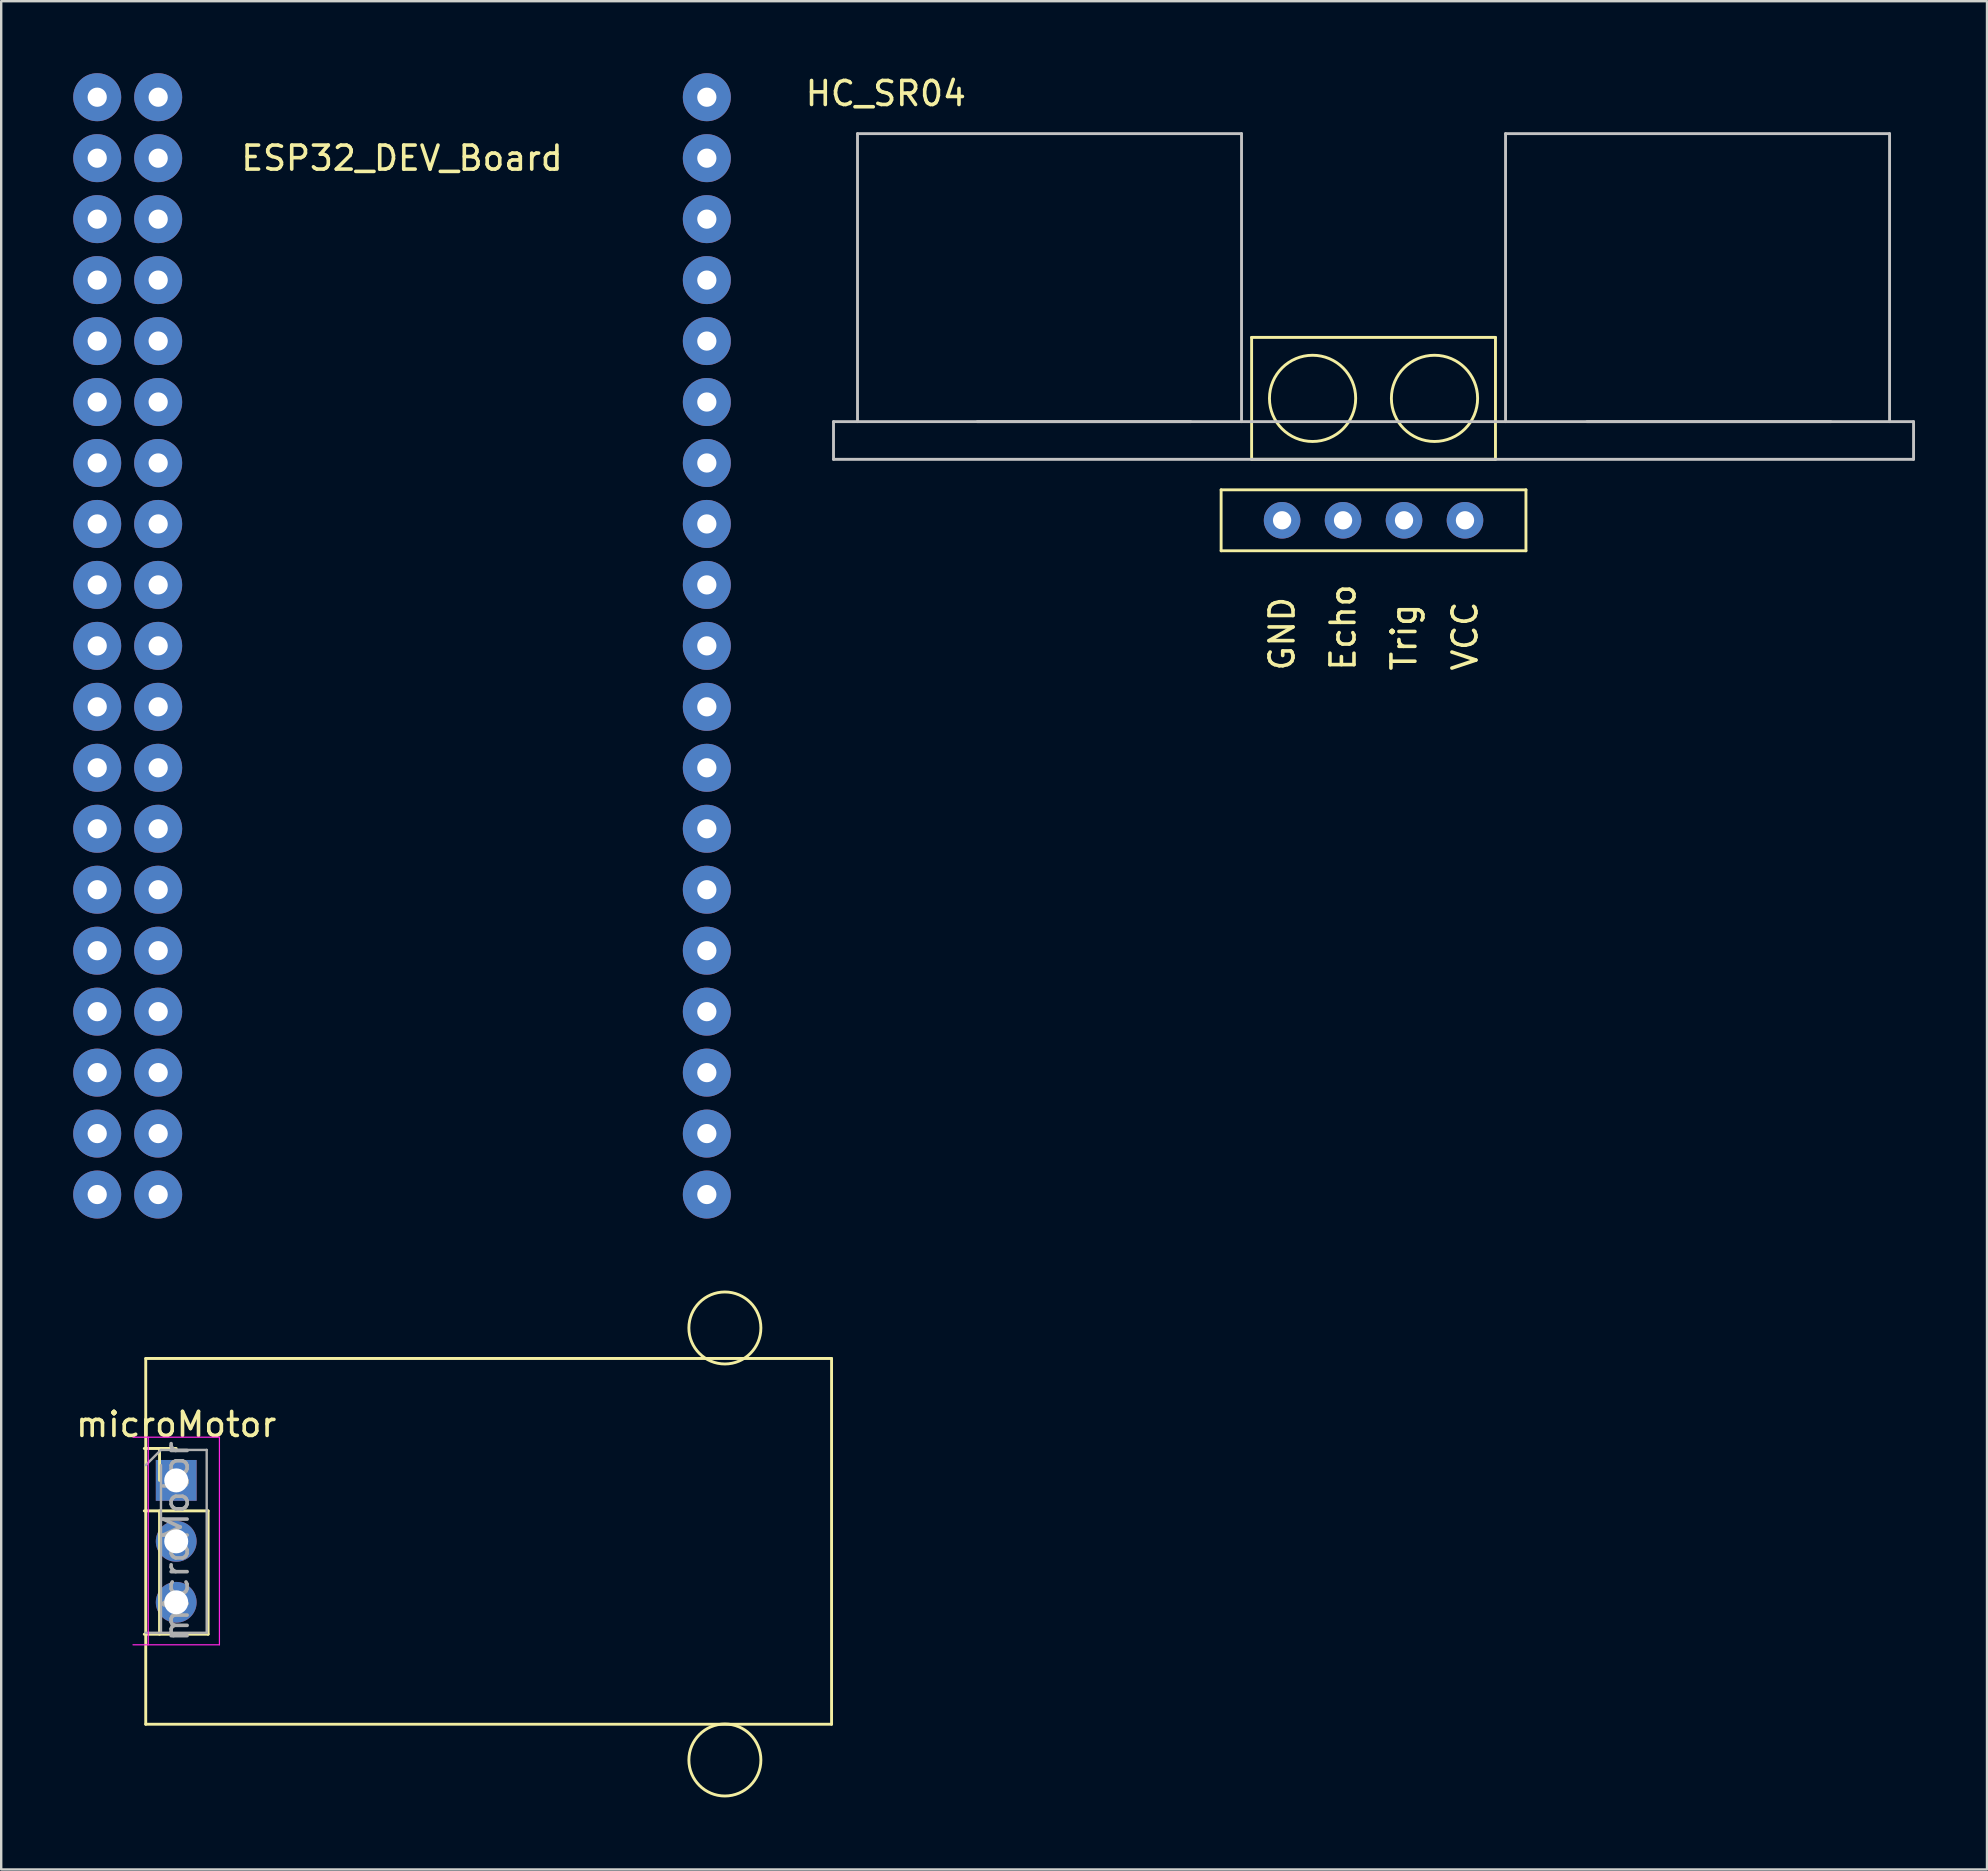
<source format=kicad_pcb>
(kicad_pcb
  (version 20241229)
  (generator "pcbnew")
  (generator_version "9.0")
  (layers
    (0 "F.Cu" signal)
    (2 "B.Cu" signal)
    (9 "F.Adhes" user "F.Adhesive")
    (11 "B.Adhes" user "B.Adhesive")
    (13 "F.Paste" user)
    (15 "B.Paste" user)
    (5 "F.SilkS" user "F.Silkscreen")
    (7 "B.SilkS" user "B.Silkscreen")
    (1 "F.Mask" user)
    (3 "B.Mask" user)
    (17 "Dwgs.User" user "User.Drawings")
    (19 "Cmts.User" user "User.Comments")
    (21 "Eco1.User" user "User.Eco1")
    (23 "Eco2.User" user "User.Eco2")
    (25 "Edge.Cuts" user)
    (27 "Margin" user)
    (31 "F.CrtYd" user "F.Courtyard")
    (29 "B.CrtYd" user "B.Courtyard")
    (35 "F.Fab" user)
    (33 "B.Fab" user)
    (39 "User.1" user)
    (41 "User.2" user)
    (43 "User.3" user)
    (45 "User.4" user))
  (footprint "ESP32_DEV_Board"
    (layer "F.Cu")
    (at 1 1)
    (property "Reference" "ESP32_DEV_Board" (at 12.7 2.54 0) (layer "F.SilkS") (effects (font (size 1 1) (thickness 0.15))))
    (attr through_hole)
    (pad "1" thru_hole circle (at 0 0) (size 2 2) (drill 0.8) (layers "*.Cu" "*.Mask"))
    (pad "1" thru_hole circle (at 2.54 0) (size 2 2) (drill 0.8) (layers "*.Cu" "*.Mask"))
    (pad "2" thru_hole circle (at 0 2.54) (size 2 2) (drill 0.8) (layers "*.Cu" "*.Mask"))
    (pad "2" thru_hole circle (at 2.54 2.54) (size 2 2) (drill 0.8) (layers "*.Cu" "*.Mask"))
    (pad "3" thru_hole circle (at 0 5.08) (size 2 2) (drill 0.8) (layers "*.Cu" "*.Mask"))
    (pad "3" thru_hole circle (at 2.54 5.08) (size 2 2) (drill 0.8) (layers "*.Cu" "*.Mask"))
    (pad "4" thru_hole circle (at 0 7.62) (size 2 2) (drill 0.8) (layers "*.Cu" "*.Mask"))
    (pad "4" thru_hole circle (at 2.54 7.62) (size 2 2) (drill 0.8) (layers "*.Cu" "*.Mask"))
    (pad "5" thru_hole circle (at 0 10.16) (size 2 2) (drill 0.8) (layers "*.Cu" "*.Mask"))
    (pad "5" thru_hole circle (at 2.54 10.16) (size 2 2) (drill 0.8) (layers "*.Cu" "*.Mask"))
    (pad "6" thru_hole circle (at 0 12.7) (size 2 2) (drill 0.8) (layers "*.Cu" "*.Mask"))
    (pad "6" thru_hole circle (at 2.54 12.7) (size 2 2) (drill 0.8) (layers "*.Cu" "*.Mask"))
    (pad "7" thru_hole circle (at 0 15.24) (size 2 2) (drill 0.8) (layers "*.Cu" "*.Mask"))
    (pad "7" thru_hole circle (at 2.54 15.24) (size 2 2) (drill 0.8) (layers "*.Cu" "*.Mask"))
    (pad "8" thru_hole circle (at 0 17.78) (size 2 2) (drill 0.8) (layers "*.Cu" "*.Mask"))
    (pad "8" thru_hole circle (at 2.54 17.78) (size 2 2) (drill 0.8) (layers "*.Cu" "*.Mask"))
    (pad "9" thru_hole circle (at 0 20.32) (size 2 2) (drill 0.8) (layers "*.Cu" "*.Mask"))
    (pad "9" thru_hole circle (at 2.54 20.32) (size 2 2) (drill 0.8) (layers "*.Cu" "*.Mask"))
    (pad "10" thru_hole circle (at 0 22.86) (size 2 2) (drill 0.8) (layers "*.Cu" "*.Mask"))
    (pad "10" thru_hole circle (at 2.54 22.86) (size 2 2) (drill 0.8) (layers "*.Cu" "*.Mask"))
    (pad "11" thru_hole circle (at 0 25.4) (size 2 2) (drill 0.8) (layers "*.Cu" "*.Mask"))
    (pad "11" thru_hole circle (at 2.54 25.4) (size 2 2) (drill 0.8) (layers "*.Cu" "*.Mask"))
    (pad "12" thru_hole circle (at 0 27.94) (size 2 2) (drill 0.8) (layers "*.Cu" "*.Mask"))
    (pad "12" thru_hole circle (at 2.54 27.94) (size 2 2) (drill 0.8) (layers "*.Cu" "*.Mask"))
    (pad "13" thru_hole circle (at 0 30.48) (size 2 2) (drill 0.8) (layers "*.Cu" "*.Mask"))
    (pad "13" thru_hole circle (at 2.54 30.48) (size 2 2) (drill 0.8) (layers "*.Cu" "*.Mask"))
    (pad "14" thru_hole circle (at 0 33.02) (size 2 2) (drill 0.8) (layers "*.Cu" "*.Mask"))
    (pad "14" thru_hole circle (at 2.54 33.02) (size 2 2) (drill 0.8) (layers "*.Cu" "*.Mask"))
    (pad "15" thru_hole circle (at 0 35.56) (size 2 2) (drill 0.8) (layers "*.Cu" "*.Mask"))
    (pad "15" thru_hole circle (at 2.54 35.56) (size 2 2) (drill 0.8) (layers "*.Cu" "*.Mask"))
    (pad "16" thru_hole circle (at 0 38.1) (size 2 2) (drill 0.8) (layers "*.Cu" "*.Mask"))
    (pad "16" thru_hole circle (at 2.54 38.1) (size 2 2) (drill 0.8) (layers "*.Cu" "*.Mask"))
    (pad "17" thru_hole circle (at 0 40.64) (size 2 2) (drill 0.8) (layers "*.Cu" "*.Mask"))
    (pad "17" thru_hole circle (at 2.54 40.64) (size 2 2) (drill 0.8) (layers "*.Cu" "*.Mask"))
    (pad "18" thru_hole circle (at 0 43.18) (size 2 2) (drill 0.8) (layers "*.Cu" "*.Mask"))
    (pad "18" thru_hole circle (at 2.54 43.18) (size 2 2) (drill 0.8) (layers "*.Cu" "*.Mask"))
    (pad "19" thru_hole circle (at 0 45.72) (size 2 2) (drill 0.8) (layers "*.Cu" "*.Mask"))
    (pad "19" thru_hole circle (at 2.54 45.72) (size 2 2) (drill 0.8) (layers "*.Cu" "*.Mask"))
    (pad "20" thru_hole circle (at 25.4 45.72) (size 2 2) (drill 0.8) (layers "*.Cu" "*.Mask"))
    (pad "21" thru_hole circle (at 25.4 43.18) (size 2 2) (drill 0.8) (layers "*.Cu" "*.Mask"))
    (pad "22" thru_hole circle (at 25.4 40.64) (size 2 2) (drill 0.8) (layers "*.Cu" "*.Mask"))
    (pad "23" thru_hole circle (at 25.4 38.1) (size 2 2) (drill 0.8) (layers "*.Cu" "*.Mask"))
    (pad "24" thru_hole circle (at 25.4 35.56) (size 2 2) (drill 0.8) (layers "*.Cu" "*.Mask"))
    (pad "25" thru_hole circle (at 25.4 33.02) (size 2 2) (drill 0.8) (layers "*.Cu" "*.Mask"))
    (pad "26" thru_hole circle (at 25.4 30.48) (size 2 2) (drill 0.8) (layers "*.Cu" "*.Mask"))
    (pad "27" thru_hole circle (at 25.4 27.94) (size 2 2) (drill 0.8) (layers "*.Cu" "*.Mask"))
    (pad "28" thru_hole circle (at 25.4 25.4) (size 2 2) (drill 0.8) (layers "*.Cu" "*.Mask"))
    (pad "29" thru_hole circle (at 25.4 22.86) (size 2 2) (drill 0.8) (layers "*.Cu" "*.Mask"))
    (pad "30" thru_hole circle (at 25.4 20.32) (size 2 2) (drill 0.8) (layers "*.Cu" "*.Mask"))
    (pad "31" thru_hole circle (at 25.4 17.78) (size 2 2) (drill 0.8) (layers "*.Cu" "*.Mask"))
    (pad "32" thru_hole circle (at 25.4 15.24) (size 2 2) (drill 0.8) (layers "*.Cu" "*.Mask"))
    (pad "33" thru_hole circle (at 25.4 12.7) (size 2 2) (drill 0.8) (layers "*.Cu" "*.Mask"))
    (pad "34" thru_hole circle (at 25.4 10.16) (size 2 2) (drill 0.8) (layers "*.Cu" "*.Mask"))
    (pad "35" thru_hole circle (at 25.4 7.62) (size 2 2) (drill 0.8) (layers "*.Cu" "*.Mask"))
    (pad "36" thru_hole circle (at 25.4 5.08) (size 2 2) (drill 0.8) (layers "*.Cu" "*.Mask"))
    (pad "37" thru_hole circle (at 25.4 2.54) (size 2 2) (drill 0.8) (layers "*.Cu" "*.Mask"))
    (pad "38" thru_hole circle (at 25.4 0) (size 2 2) (drill 0.8) (layers "*.Cu" "*.Mask")))
  (footprint "microMotor"
    (layer "F.Cu")
    (at 27.152 52.28)
    (property "Reference" "microMotor" (at -22.86 4.02 0) (layer "F.SilkS") (effects (font (size 1 1) (thickness 0.15))))
    (attr through_hole)
    (fp_line (start -24.19 5.02) (end -22.86 5.02) (stroke (width 0.12) (type solid)) (layer "F.SilkS"))
    (fp_line (start -24.19 7.62) (end -21.53 7.62) (stroke (width 0.12) (type solid)) (layer "F.SilkS"))
    (fp_line (start -24.19 12.76) (end -21.53 12.76) (stroke (width 0.12) (type solid)) (layer "F.SilkS"))
    (fp_line (start -24.13 1.27) (end -24.13 16.51) (stroke (width 0.12) (type solid)) (layer "F.SilkS"))
    (fp_line (start -24.13 16.51) (end 4.445 16.51) (stroke (width 0.12) (type solid)) (layer "F.SilkS"))
    (fp_line (start -23.555 6.35) (end -23.555 5.02) (stroke (width 0.12) (type solid)) (layer "F.SilkS"))
    (fp_line (start -23.555 7.62) (end -23.555 12.76) (stroke (width 0.12) (type solid)) (layer "F.SilkS"))
    (fp_line (start -21.53 7.62) (end -21.53 12.76) (stroke (width 0.12) (type solid)) (layer "F.SilkS"))
    (fp_line (start 4.445 1.27) (end -24.13 1.27) (stroke (width 0.12) (type solid)) (layer "F.SilkS"))
    (fp_line (start 4.445 16.51) (end 4.445 1.27) (stroke (width 0.12) (type solid)) (layer "F.SilkS"))
    (fp_circle (center 0 0) (end 1.5 0) (stroke (width 0.12) (type solid)) (fill no) (layer "F.SilkS"))
    (fp_circle (center 0 18) (end 1.5 18) (stroke (width 0.12) (type solid)) (fill no) (layer "F.SilkS"))
    (fp_line (start -24.66 13.2) (end -21.06 13.2) (stroke (width 0.05) (type solid)) (layer "F.CrtYd"))
    (fp_line (start -24.025 4.55) (end -24.025 13.2) (stroke (width 0.05) (type solid)) (layer "F.CrtYd"))
    (fp_line (start -21.06 4.55) (end -24.66 4.55) (stroke (width 0.05) (type solid)) (layer "F.CrtYd"))
    (fp_line (start -21.06 13.2) (end -21.06 4.55) (stroke (width 0.05) (type solid)) (layer "F.CrtYd"))
    (fp_line (start -24.13 5.715) (end -23.495 5.08) (stroke (width 0.1) (type solid)) (layer "F.Fab"))
    (fp_line (start -23.495 5.08) (end -21.59 5.08) (stroke (width 0.1) (type solid)) (layer "F.Fab"))
    (fp_line (start -23.495 12.7) (end -23.495 5.715) (stroke (width 0.1) (type solid)) (layer "F.Fab"))
    (fp_line (start -21.59 5.08) (end -21.59 12.7) (stroke (width 0.1) (type solid)) (layer "F.Fab"))
    (fp_line (start -21.59 12.7) (end -24.13 12.7) (stroke (width 0.1) (type solid)) (layer "F.Fab"))
    (fp_text user "${REFERENCE}" (at -22.86 8.89 90) (layer "F.Fab") (effects (font (size 1 1) (thickness 0.15))))
    (pad "" thru_hole oval (at -22.86 8.89) (size 1.7 1.7) (drill 1) (layers "*.Cu" "*.Mask"))
    (pad "1" thru_hole rect (at -22.86 6.35) (size 1.7 1.7) (drill 1) (layers "*.Cu" "*.Mask"))
    (pad "2" thru_hole oval (at -22.86 11.43) (size 1.7 1.7) (drill 1) (layers "*.Cu" "*.Mask")))
  (footprint "HC_SR04"
    (layer "F.Cu")
    (at 54.178 16.088)
    (property "Reference" "HC_SR04" (at -20.32 -15.24 0) (layer "F.SilkS") (effects (font (size 1 1) (thickness 0.15))))
    (attr through_hole)
    (fp_line (start -6.35 1.27) (end 6.35 1.27) (stroke (width 0.12) (type solid)) (layer "F.SilkS"))
    (fp_line (start -6.35 3.81) (end -6.35 1.27) (stroke (width 0.12) (type solid)) (layer "F.SilkS"))
    (fp_line (start -5.08 -5.08) (end -5.08 0) (stroke (width 0.12) (type solid)) (layer "F.SilkS"))
    (fp_line (start -5.08 0) (end 5.08 0) (stroke (width 0.12) (type solid)) (layer "F.SilkS"))
    (fp_line (start 5.08 -5.08) (end -5.08 -5.08) (stroke (width 0.12) (type solid)) (layer "F.SilkS"))
    (fp_line (start 5.08 0) (end 5.08 -5.08) (stroke (width 0.12) (type solid)) (layer "F.SilkS"))
    (fp_line (start 6.35 1.27) (end 6.35 3.81) (stroke (width 0.12) (type solid)) (layer "F.SilkS"))
    (fp_line (start 6.35 3.81) (end -6.35 3.81) (stroke (width 0.12) (type solid)) (layer "F.SilkS"))
    (fp_circle (center -2.54 -2.54) (end -1.27 -3.81) (stroke (width 0.12) (type solid)) (fill no) (layer "F.SilkS"))
    (fp_circle (center 2.54 -2.54) (end 3.81 -3.81) (stroke (width 0.12) (type solid)) (fill no) (layer "F.SilkS"))
    (fp_line (start -22.5 -1.57) (end -22.5 0) (stroke (width 0.12) (type solid)) (layer "Dwgs.User"))
    (fp_line (start -22.5 0) (end 22.5 0) (stroke (width 0.12) (type solid)) (layer "Dwgs.User"))
    (fp_line (start -21.5 -1.57) (end -21.5 -13.57) (stroke (width 0.12) (type solid)) (layer "Dwgs.User"))
    (fp_line (start -7.62 -1.57) (end -16.51 -1.57) (stroke (width 0.12) (type solid)) (layer "Dwgs.User"))
    (fp_line (start -5.5 -13.57) (end -21.5 -13.57) (stroke (width 0.12) (type solid)) (layer "Dwgs.User"))
    (fp_line (start -5.5 -13.57) (end -5.5 -1.57) (stroke (width 0.12) (type solid)) (layer "Dwgs.User"))
    (fp_line (start 5.5 -1.57) (end 5.5 -13.57) (stroke (width 0.12) (type solid)) (layer "Dwgs.User"))
    (fp_line (start 19.05 -1.57) (end 8.89 -1.57) (stroke (width 0.12) (type solid)) (layer "Dwgs.User"))
    (fp_line (start 21.5 -13.57) (end 5.5 -13.57) (stroke (width 0.12) (type solid)) (layer "Dwgs.User"))
    (fp_line (start 21.5 -13.57) (end 21.5 -1.57) (stroke (width 0.12) (type solid)) (layer "Dwgs.User"))
    (fp_line (start 22.5 -1.57) (end -22.5 -1.57) (stroke (width 0.12) (type solid)) (layer "Dwgs.User"))
    (fp_line (start 22.5 0) (end 22.5 -1.57) (stroke (width 0.12) (type solid)) (layer "Dwgs.User"))
    (fp_text user "Trig" (at 1.27 8.89 90) (layer "F.SilkS") (effects (font (size 1 1) (thickness 0.15)) (justify left)))
    (fp_text user "VCC" (at 3.81 8.89 270) (layer "F.SilkS") (effects (font (size 1 1) (thickness 0.15)) (justify left)))
    (fp_text user "GND" (at -3.81 8.89 90) (layer "F.SilkS") (effects (font (size 1 1) (thickness 0.15)) (justify left)))
    (fp_text user "Echo" (at -1.27 8.89 90) (layer "F.SilkS") (effects (font (size 1 1) (thickness 0.15)) (justify left)))
    (pad "1" thru_hole circle (at 3.81 2.54) (size 1.524 1.524) (drill 0.762) (layers "*.Cu" "*.Mask"))
    (pad "2" thru_hole circle (at 1.27 2.54) (size 1.524 1.524) (drill 0.762) (layers "*.Cu" "*.Mask"))
    (pad "3" thru_hole circle (at -1.27 2.54) (size 1.524 1.524) (drill 0.762) (layers "*.Cu" "*.Mask"))
    (pad "4" thru_hole circle (at -3.81 2.54) (size 1.524 1.524) (drill 0.762) (layers "*.Cu" "*.Mask")))
  (gr_rect
    (start -3 -3)
    (end 79.738 74.84)
    (stroke (width 0.1) (type default))
    (fill no)
    (layer "Edge.Cuts")))
</source>
